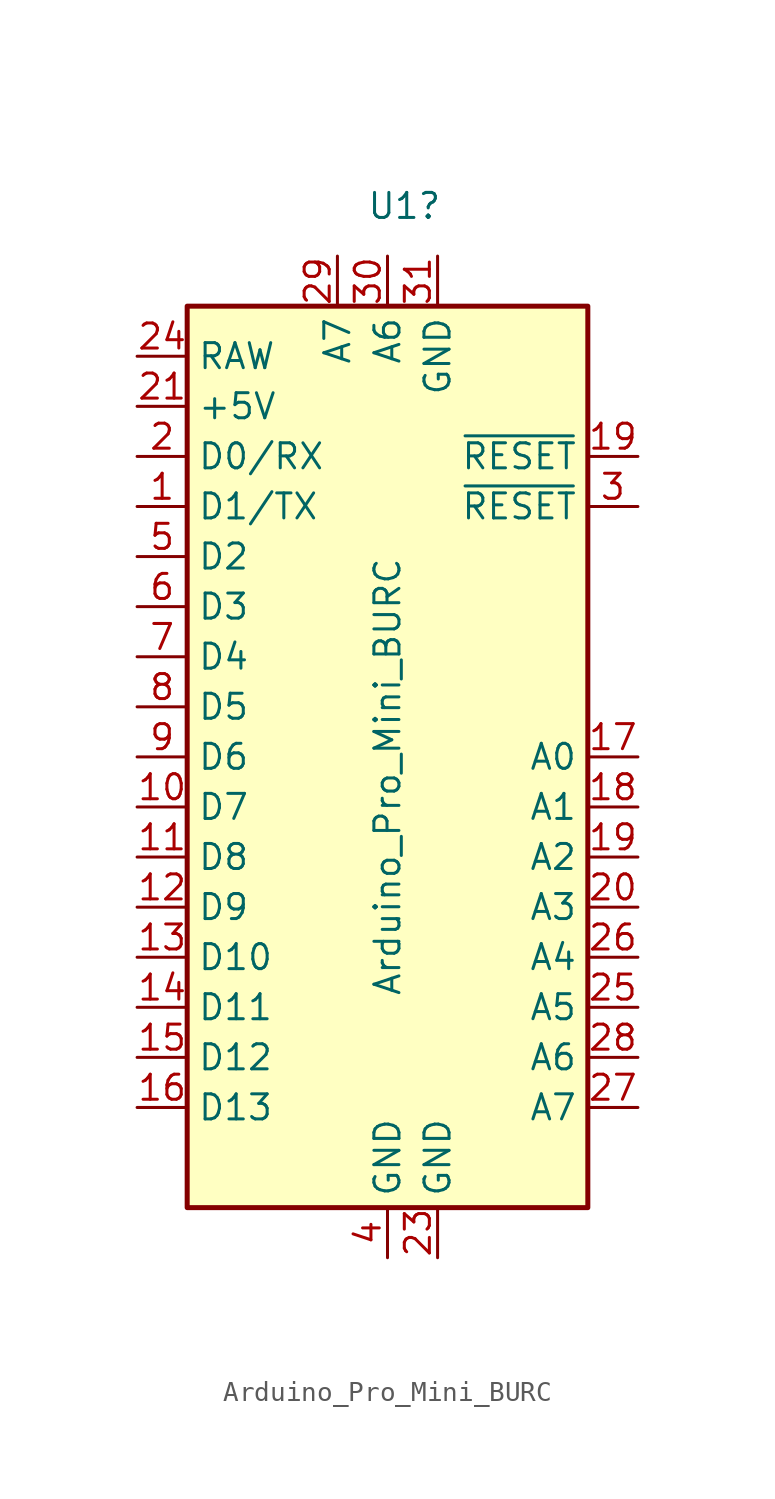
<source format=kicad_sym>
(kicad_symbol_lib
  (version 20220914)
  (generator kicad_symbol_editor)
  (symbol "Arduino_Pro_Mini_BURC"
    (property "Reference" "U1"
      (at 2.769 27.94 0)
      (effects (font (size 1.27 1.27)) (justify right)))
    (property "Value" "Arduino_Pro_Mini_BURC"
      (at 0 10.16 90)
      (effects (font (size 1.27 1.27)) (justify right)))
    (symbol "Arduino_Pro_Mini_BURC_0_1"
      (rectangle (start -10.16 22.86) (end 10.16 -22.86) (stroke (width 0.254) (type default)) (fill (type background))))
    (symbol "Arduino_Pro_Mini_BURC_1_1"
      (pin bidirectional line (at -12.7 12.7 0) (length 2.54) (name "D1/TX" (effects (font (size 1.27 1.27)))) (number "1" (effects (font (size 1.27 1.27)))))
      (pin bidirectional line (at -12.7 -2.54 0) (length 2.54) (name "D7" (effects (font (size 1.27 1.27)))) (number "10" (effects (font (size 1.27 1.27)))))
      (pin bidirectional line (at -12.7 -5.08 0) (length 2.54) (name "D8" (effects (font (size 1.27 1.27)))) (number "11" (effects (font (size 1.27 1.27)))))
      (pin bidirectional line (at -12.7 -7.62 0) (length 2.54) (name "D9" (effects (font (size 1.27 1.27)))) (number "12" (effects (font (size 1.27 1.27)))))
      (pin bidirectional line (at -12.7 -10.16 0) (length 2.54) (name "D10" (effects (font (size 1.27 1.27)))) (number "13" (effects (font (size 1.27 1.27)))))
      (pin bidirectional line (at -12.7 -12.7 0) (length 2.54) (name "D11" (effects (font (size 1.27 1.27)))) (number "14" (effects (font (size 1.27 1.27)))))
      (pin bidirectional line (at -12.7 -15.24 0) (length 2.54) (name "D12" (effects (font (size 1.27 1.27)))) (number "15" (effects (font (size 1.27 1.27)))))
      (pin bidirectional line (at -12.7 -17.78 0) (length 2.54) (name "D13" (effects (font (size 1.27 1.27)))) (number "16" (effects (font (size 1.27 1.27)))))
      (pin bidirectional line (at 12.7 0 180) (length 2.54) (name "A0" (effects (font (size 1.27 1.27)))) (number "17" (effects (font (size 1.27 1.27)))))
      (pin bidirectional line (at 12.7 -2.54 180) (length 2.54) (name "A1" (effects (font (size 1.27 1.27)))) (number "18" (effects (font (size 1.27 1.27)))))
      (pin bidirectional line (at 12.7 -5.08 180) (length 2.54) (name "A2" (effects (font (size 1.27 1.27)))) (number "19" (effects (font (size 1.27 1.27)))))
      (pin input line (at 12.7 15.24 180) (length 2.54) (name "~{RESET}" (effects (font (size 1.27 1.27)))) (number "19" (effects (font (size 1.27 1.27)))))
      (pin bidirectional line (at -12.7 15.24 0) (length 2.54) (name "D0/RX" (effects (font (size 1.27 1.27)))) (number "2" (effects (font (size 1.27 1.27)))))
      (pin bidirectional line (at 12.7 -7.62 180) (length 2.54) (name "A3" (effects (font (size 1.27 1.27)))) (number "20" (effects (font (size 1.27 1.27)))))
      (pin power_out line (at -12.7 17.78 0) (length 2.54) (name "+5V" (effects (font (size 1.27 1.27)))) (number "21" (effects (font (size 1.27 1.27)))))
      (pin power_in line (at 2.54 -25.4 90) (length 2.54) (name "GND" (effects (font (size 1.27 1.27)))) (number "23" (effects (font (size 1.27 1.27)))))
      (pin power_in line (at -12.7 20.32 0) (length 2.54) (name "RAW" (effects (font (size 1.27 1.27)))) (number "24" (effects (font (size 1.27 1.27)))))
      (pin bidirectional line (at 12.7 -12.7 180) (length 2.54) (name "A5" (effects (font (size 1.27 1.27)))) (number "25" (effects (font (size 1.27 1.27)))))
      (pin bidirectional line (at 12.7 -10.16 180) (length 2.54) (name "A4" (effects (font (size 1.27 1.27)))) (number "26" (effects (font (size 1.27 1.27)))))
      (pin bidirectional line (at 12.7 -17.78 180) (length 2.54) (name "A7" (effects (font (size 1.27 1.27)))) (number "27" (effects (font (size 1.27 1.27)))))
      (pin bidirectional line (at 12.7 -15.24 180) (length 2.54) (name "A6" (effects (font (size 1.27 1.27)))) (number "28" (effects (font (size 1.27 1.27)))))
      (pin bidirectional line (at -2.54 25.4 270) (length 2.54) (name "A7" (effects (font (size 1.27 1.27)))) (number "29" (effects (font (size 1.27 1.27)))))
      (pin input line (at 12.7 12.7 180) (length 2.54) (name "~{RESET}" (effects (font (size 1.27 1.27)))) (number "3" (effects (font (size 1.27 1.27)))))
      (pin bidirectional line (at 0 25.4 270) (length 2.54) (name "A6" (effects (font (size 1.27 1.27)))) (number "30" (effects (font (size 1.27 1.27)))))
      (pin power_in line (at 2.54 25.4 270) (length 2.54) (name "GND" (effects (font (size 1.27 1.27)))) (number "31" (effects (font (size 1.27 1.27)))))
      (pin power_in line (at 0 -25.4 90) (length 2.54) (name "GND" (effects (font (size 1.27 1.27)))) (number "4" (effects (font (size 1.27 1.27)))))
      (pin bidirectional line (at -12.7 10.16 0) (length 2.54) (name "D2" (effects (font (size 1.27 1.27)))) (number "5" (effects (font (size 1.27 1.27)))))
      (pin bidirectional line (at -12.7 7.62 0) (length 2.54) (name "D3" (effects (font (size 1.27 1.27)))) (number "6" (effects (font (size 1.27 1.27)))))
      (pin bidirectional line (at -12.7 5.08 0) (length 2.54) (name "D4" (effects (font (size 1.27 1.27)))) (number "7" (effects (font (size 1.27 1.27)))))
      (pin bidirectional line (at -12.7 2.54 0) (length 2.54) (name "D5" (effects (font (size 1.27 1.27)))) (number "8" (effects (font (size 1.27 1.27)))))
      (pin bidirectional line (at -12.7 0 0) (length 2.54) (name "D6" (effects (font (size 1.27 1.27)))) (number "9" (effects (font (size 1.27 1.27))))))))
</source>
